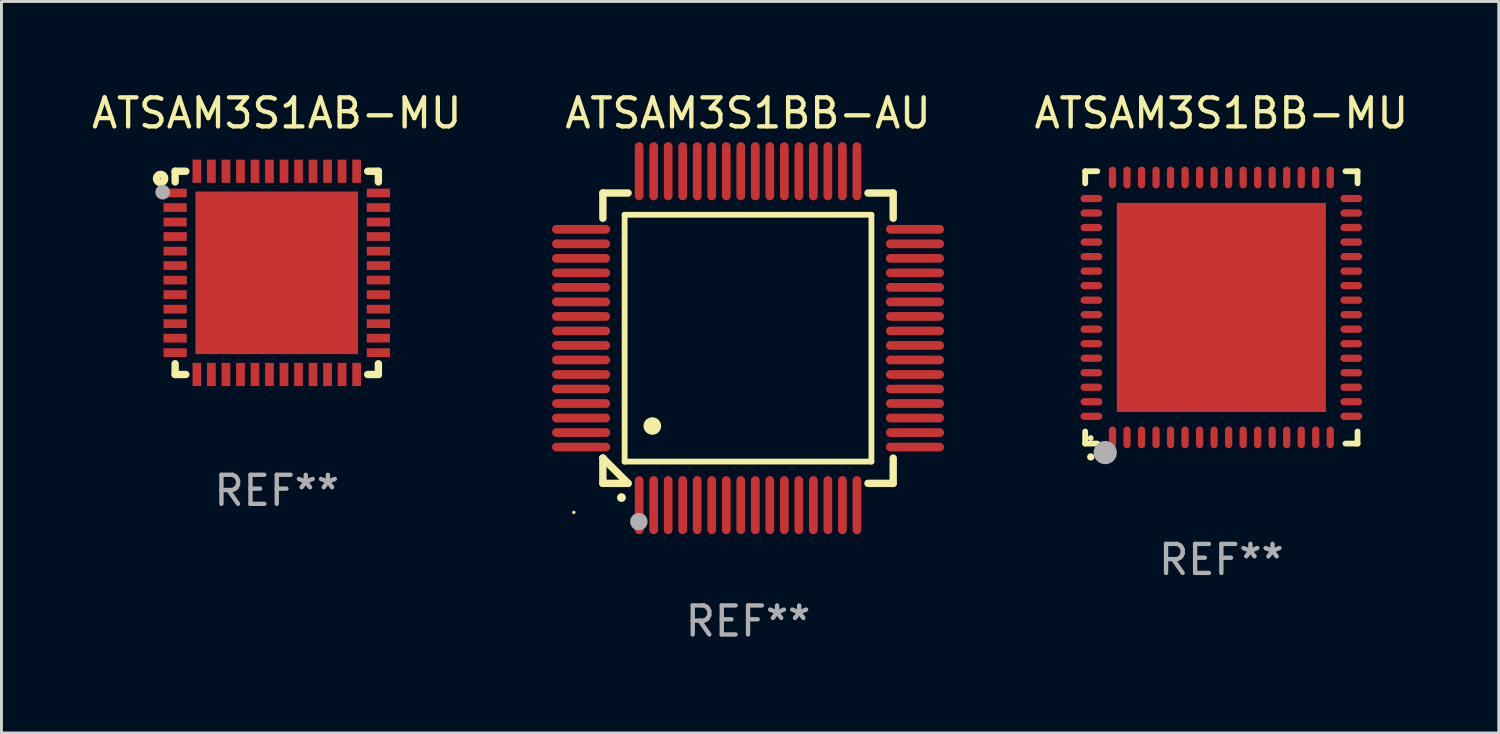
<source format=kicad_pcb>
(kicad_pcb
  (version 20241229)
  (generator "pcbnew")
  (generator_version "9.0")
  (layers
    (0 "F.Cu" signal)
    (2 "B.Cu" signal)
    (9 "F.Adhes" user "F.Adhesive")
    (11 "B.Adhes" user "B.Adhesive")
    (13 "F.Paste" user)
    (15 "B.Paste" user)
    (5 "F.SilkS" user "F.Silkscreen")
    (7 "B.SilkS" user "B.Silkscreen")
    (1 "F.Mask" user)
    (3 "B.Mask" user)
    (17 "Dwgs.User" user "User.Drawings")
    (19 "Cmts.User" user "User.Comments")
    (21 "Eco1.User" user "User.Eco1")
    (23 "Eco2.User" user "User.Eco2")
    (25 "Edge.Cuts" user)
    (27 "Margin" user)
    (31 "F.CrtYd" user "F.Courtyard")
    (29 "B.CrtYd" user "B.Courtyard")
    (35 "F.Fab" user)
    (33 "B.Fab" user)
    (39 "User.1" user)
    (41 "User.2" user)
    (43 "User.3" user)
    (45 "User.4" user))
  (footprint "ATSAM3S1BB-MU"
    (layer "F.Cu")
    (at 39.017 7.538)
    (property "Reference" "ATSAM3S1BB-MU" (at 0 -6.69 0) (layer "F.SilkS") (effects (font (size 1 1) (thickness 0.15))))
    (attr through_hole)
    (fp_line (start -4.69 -4.69) (end -4.275 -4.69) (stroke (width 0.2) (type solid)) (layer "F.SilkS"))
    (fp_line (start -4.69 -4.275) (end -4.69 -4.69) (stroke (width 0.2) (type solid)) (layer "F.SilkS"))
    (fp_line (start -4.69 4.69) (end -4.69 4.275) (stroke (width 0.2) (type solid)) (layer "F.SilkS"))
    (fp_line (start -4.275 4.69) (end -4.69 4.69) (stroke (width 0.2) (type solid)) (layer "F.SilkS"))
    (fp_line (start 4.275 4.69) (end 4.69 4.69) (stroke (width 0.2) (type solid)) (layer "F.SilkS"))
    (fp_line (start 4.69 -4.69) (end 4.275 -4.69) (stroke (width 0.2) (type solid)) (layer "F.SilkS"))
    (fp_line (start 4.69 -4.275) (end 4.69 -4.69) (stroke (width 0.2) (type solid)) (layer "F.SilkS"))
    (fp_line (start 4.69 4.69) (end 4.69 4.275) (stroke (width 0.2) (type solid)) (layer "F.SilkS"))
    (fp_arc (start -4.499886 5.15) (mid -4.498616 5.149994) (end -4.497346 5.15) (stroke (width 0.24892) (type solid)) (layer "F.SilkS"))
    (fp_circle (center -4.5 4.5) (end -4.45 4.5) (stroke (width 0.1) (type solid)) (fill no) (layer "F.SilkS"))
    (fp_circle (center -4 5) (end -3.8 5) (stroke (width 0.4) (type solid)) (fill no) (layer "F.Fab"))
    (fp_text user "REF**" (at 0 8.69 0) (layer "F.Fab") (effects (font (size 1 1) (thickness 0.15))))
    (pad "1" smd oval (at -3.75 4.475) (size 0.25 0.75) (layers "F.Cu" "F.Mask" "F.Paste"))
    (pad "2" smd oval (at -3.25 4.475) (size 0.25 0.75) (layers "F.Cu" "F.Mask" "F.Paste"))
    (pad "3" smd oval (at -2.75 4.475) (size 0.25 0.75) (layers "F.Cu" "F.Mask" "F.Paste"))
    (pad "4" smd oval (at -2.25 4.475) (size 0.25 0.75) (layers "F.Cu" "F.Mask" "F.Paste"))
    (pad "5" smd oval (at -1.75 4.475) (size 0.25 0.75) (layers "F.Cu" "F.Mask" "F.Paste"))
    (pad "6" smd oval (at -1.25 4.475) (size 0.25 0.75) (layers "F.Cu" "F.Mask" "F.Paste"))
    (pad "7" smd oval (at -0.75 4.475) (size 0.25 0.75) (layers "F.Cu" "F.Mask" "F.Paste"))
    (pad "8" smd oval (at -0.25 4.475) (size 0.25 0.75) (layers "F.Cu" "F.Mask" "F.Paste"))
    (pad "9" smd oval (at 0.25 4.475) (size 0.25 0.75) (layers "F.Cu" "F.Mask" "F.Paste"))
    (pad "10" smd oval (at 0.75 4.475) (size 0.25 0.75) (layers "F.Cu" "F.Mask" "F.Paste"))
    (pad "11" smd oval (at 1.25 4.475) (size 0.25 0.75) (layers "F.Cu" "F.Mask" "F.Paste"))
    (pad "12" smd oval (at 1.75 4.475) (size 0.25 0.75) (layers "F.Cu" "F.Mask" "F.Paste"))
    (pad "13" smd oval (at 2.25 4.475) (size 0.25 0.75) (layers "F.Cu" "F.Mask" "F.Paste"))
    (pad "14" smd oval (at 2.75 4.475) (size 0.25 0.75) (layers "F.Cu" "F.Mask" "F.Paste"))
    (pad "15" smd oval (at 3.25 4.475) (size 0.25 0.75) (layers "F.Cu" "F.Mask" "F.Paste"))
    (pad "16" smd oval (at 3.75 4.475) (size 0.25 0.75) (layers "F.Cu" "F.Mask" "F.Paste"))
    (pad "17" smd oval (at 4.475 3.75) (size 0.75 0.25) (layers "F.Cu" "F.Mask" "F.Paste"))
    (pad "18" smd oval (at 4.475 3.25) (size 0.75 0.25) (layers "F.Cu" "F.Mask" "F.Paste"))
    (pad "19" smd oval (at 4.475 2.75) (size 0.75 0.25) (layers "F.Cu" "F.Mask" "F.Paste"))
    (pad "20" smd oval (at 4.475 2.25) (size 0.75 0.25) (layers "F.Cu" "F.Mask" "F.Paste"))
    (pad "21" smd oval (at 4.475 1.75) (size 0.75 0.25) (layers "F.Cu" "F.Mask" "F.Paste"))
    (pad "22" smd oval (at 4.475 1.25) (size 0.75 0.25) (layers "F.Cu" "F.Mask" "F.Paste"))
    (pad "23" smd oval (at 4.475 0.75) (size 0.75 0.25) (layers "F.Cu" "F.Mask" "F.Paste"))
    (pad "24" smd oval (at 4.475 0.25) (size 0.75 0.25) (layers "F.Cu" "F.Mask" "F.Paste"))
    (pad "25" smd oval (at 4.475 -0.25) (size 0.75 0.25) (layers "F.Cu" "F.Mask" "F.Paste"))
    (pad "26" smd oval (at 4.475 -0.75) (size 0.75 0.25) (layers "F.Cu" "F.Mask" "F.Paste"))
    (pad "27" smd oval (at 4.475 -1.25) (size 0.75 0.25) (layers "F.Cu" "F.Mask" "F.Paste"))
    (pad "28" smd oval (at 4.475 -1.75) (size 0.75 0.25) (layers "F.Cu" "F.Mask" "F.Paste"))
    (pad "29" smd oval (at 4.475 -2.25) (size 0.75 0.25) (layers "F.Cu" "F.Mask" "F.Paste"))
    (pad "30" smd oval (at 4.475 -2.75) (size 0.75 0.25) (layers "F.Cu" "F.Mask" "F.Paste"))
    (pad "31" smd oval (at 4.475 -3.25) (size 0.75 0.25) (layers "F.Cu" "F.Mask" "F.Paste"))
    (pad "32" smd oval (at 4.475 -3.75) (size 0.75 0.25) (layers "F.Cu" "F.Mask" "F.Paste"))
    (pad "33" smd oval (at 3.75 -4.475) (size 0.25 0.75) (layers "F.Cu" "F.Mask" "F.Paste"))
    (pad "34" smd oval (at 3.25 -4.475) (size 0.25 0.75) (layers "F.Cu" "F.Mask" "F.Paste"))
    (pad "35" smd oval (at 2.75 -4.475) (size 0.25 0.75) (layers "F.Cu" "F.Mask" "F.Paste"))
    (pad "36" smd oval (at 2.25 -4.475) (size 0.25 0.75) (layers "F.Cu" "F.Mask" "F.Paste"))
    (pad "37" smd oval (at 1.75 -4.475) (size 0.25 0.75) (layers "F.Cu" "F.Mask" "F.Paste"))
    (pad "38" smd oval (at 1.25 -4.475) (size 0.25 0.75) (layers "F.Cu" "F.Mask" "F.Paste"))
    (pad "39" smd oval (at 0.75 -4.475) (size 0.25 0.75) (layers "F.Cu" "F.Mask" "F.Paste"))
    (pad "40" smd oval (at 0.25 -4.475) (size 0.25 0.75) (layers "F.Cu" "F.Mask" "F.Paste"))
    (pad "41" smd oval (at -0.25 -4.475) (size 0.25 0.75) (layers "F.Cu" "F.Mask" "F.Paste"))
    (pad "42" smd oval (at -0.75 -4.475) (size 0.25 0.75) (layers "F.Cu" "F.Mask" "F.Paste"))
    (pad "43" smd oval (at -1.25 -4.475) (size 0.25 0.75) (layers "F.Cu" "F.Mask" "F.Paste"))
    (pad "44" smd oval (at -1.75 -4.475) (size 0.25 0.75) (layers "F.Cu" "F.Mask" "F.Paste"))
    (pad "45" smd oval (at -2.25 -4.475) (size 0.25 0.75) (layers "F.Cu" "F.Mask" "F.Paste"))
    (pad "46" smd oval (at -2.75 -4.475) (size 0.25 0.75) (layers "F.Cu" "F.Mask" "F.Paste"))
    (pad "47" smd oval (at -3.25 -4.475) (size 0.25 0.75) (layers "F.Cu" "F.Mask" "F.Paste"))
    (pad "48" smd oval (at -3.75 -4.475) (size 0.25 0.75) (layers "F.Cu" "F.Mask" "F.Paste"))
    (pad "49" smd oval (at -4.475 -3.75) (size 0.75 0.25) (layers "F.Cu" "F.Mask" "F.Paste"))
    (pad "50" smd oval (at -4.475 -3.25) (size 0.75 0.25) (layers "F.Cu" "F.Mask" "F.Paste"))
    (pad "51" smd oval (at -4.475 -2.75) (size 0.75 0.25) (layers "F.Cu" "F.Mask" "F.Paste"))
    (pad "52" smd oval (at -4.475 -2.25) (size 0.75 0.25) (layers "F.Cu" "F.Mask" "F.Paste"))
    (pad "53" smd oval (at -4.475 -1.75) (size 0.75 0.25) (layers "F.Cu" "F.Mask" "F.Paste"))
    (pad "54" smd oval (at -4.475 -1.25) (size 0.75 0.25) (layers "F.Cu" "F.Mask" "F.Paste"))
    (pad "55" smd oval (at -4.475 -0.75) (size 0.75 0.25) (layers "F.Cu" "F.Mask" "F.Paste"))
    (pad "56" smd oval (at -4.475 -0.25) (size 0.75 0.25) (layers "F.Cu" "F.Mask" "F.Paste"))
    (pad "57" smd oval (at -4.475 0.25) (size 0.75 0.25) (layers "F.Cu" "F.Mask" "F.Paste"))
    (pad "58" smd oval (at -4.475 0.75) (size 0.75 0.25) (layers "F.Cu" "F.Mask" "F.Paste"))
    (pad "59" smd oval (at -4.475 1.25) (size 0.75 0.25) (layers "F.Cu" "F.Mask" "F.Paste"))
    (pad "60" smd oval (at -4.475 1.75) (size 0.75 0.25) (layers "F.Cu" "F.Mask" "F.Paste"))
    (pad "61" smd oval (at -4.475 2.25) (size 0.75 0.25) (layers "F.Cu" "F.Mask" "F.Paste"))
    (pad "62" smd oval (at -4.475 2.75) (size 0.75 0.25) (layers "F.Cu" "F.Mask" "F.Paste"))
    (pad "63" smd oval (at -4.475 3.25) (size 0.75 0.25) (layers "F.Cu" "F.Mask" "F.Paste"))
    (pad "64" smd oval (at -4.475 3.75) (size 0.75 0.25) (layers "F.Cu" "F.Mask" "F.Paste"))
    (pad "65" smd rect (at 0.000368 0.000013) (size 7.2 7.2) (layers "F.Cu" "F.Mask" "F.Paste")))
  (footprint "ATSAM3S1BB-AU"
    (layer "F.Cu")
    (at 22.714 8.598)
    (property "Reference" "ATSAM3S1BB-AU" (at 0 -7.75 0) (layer "F.SilkS") (effects (font (size 1 1) (thickness 0.15))))
    (attr through_hole)
    (fp_line (start -5 -5) (end -4.131 -5) (stroke (width 0.254) (type solid)) (layer "F.SilkS"))
    (fp_line (start -5 -4.131) (end -5 -5) (stroke (width 0.254) (type solid)) (layer "F.SilkS"))
    (fp_line (start -5 4.131) (end -5 4.131) (stroke (width 0.254) (type solid)) (layer "F.SilkS"))
    (fp_line (start -5 5) (end -5 4.131) (stroke (width 0.254) (type solid)) (layer "F.SilkS"))
    (fp_line (start -5 4.131) (end -4.131 5) (stroke (width 0.254) (type solid)) (layer "F.SilkS"))
    (fp_line (start -4.25 -4.25) (end -4.25 4.25) (stroke (width 0.2) (type solid)) (layer "F.SilkS"))
    (fp_line (start -4.25 4.25) (end 4.25 4.25) (stroke (width 0.2) (type solid)) (layer "F.SilkS"))
    (fp_line (start -4.131 5) (end -5 5) (stroke (width 0.254) (type solid)) (layer "F.SilkS"))
    (fp_line (start 4.25 -4.25) (end -4.25 -4.25) (stroke (width 0.2) (type solid)) (layer "F.SilkS"))
    (fp_line (start 4.25 4.25) (end 4.25 -4.25) (stroke (width 0.2) (type solid)) (layer "F.SilkS"))
    (fp_line (start 5 -5) (end 4.131 -5) (stroke (width 0.254) (type solid)) (layer "F.SilkS"))
    (fp_line (start 5 -5) (end 5 -4.131) (stroke (width 0.254) (type solid)) (layer "F.SilkS"))
    (fp_line (start 5 4.131) (end 5 5) (stroke (width 0.254) (type solid)) (layer "F.SilkS"))
    (fp_line (start 5 5) (end 4.131 5) (stroke (width 0.254) (type solid)) (layer "F.SilkS"))
    (fp_arc (start -4.361265 5.489992) (mid -4.359995 5.489987) (end -4.358725 5.489992) (stroke (width 0.3) (type solid)) (layer "F.SilkS"))
    (fp_arc (start -3.299467 3.025146) (mid -3.296927 3.025135) (end -3.294387 3.025146) (stroke (width 0.6) (type solid)) (layer "F.SilkS"))
    (fp_circle (center -6 6) (end -5.97 6) (stroke (width 0.06) (type solid)) (fill no) (layer "F.SilkS"))
    (fp_circle (center -3.76 6.32) (end -3.61 6.32) (stroke (width 0.3) (type solid)) (fill no) (layer "F.Fab"))
    (fp_text user "REF**" (at 0 9.75 0) (layer "F.Fab") (effects (font (size 1 1) (thickness 0.15))))
    (pad "1" smd oval (at -3.75 5.75) (size 0.3 2) (layers "F.Cu" "F.Mask" "F.Paste"))
    (pad "2" smd oval (at -3.25 5.75) (size 0.3 2) (layers "F.Cu" "F.Mask" "F.Paste"))
    (pad "3" smd oval (at -2.75 5.75) (size 0.3 2) (layers "F.Cu" "F.Mask" "F.Paste"))
    (pad "4" smd oval (at -2.25 5.75) (size 0.3 2) (layers "F.Cu" "F.Mask" "F.Paste"))
    (pad "5" smd oval (at -1.75 5.75) (size 0.3 2) (layers "F.Cu" "F.Mask" "F.Paste"))
    (pad "6" smd oval (at -1.25 5.75) (size 0.3 2) (layers "F.Cu" "F.Mask" "F.Paste"))
    (pad "7" smd oval (at -0.75 5.75) (size 0.3 2) (layers "F.Cu" "F.Mask" "F.Paste"))
    (pad "8" smd oval (at -0.25 5.75) (size 0.3 2) (layers "F.Cu" "F.Mask" "F.Paste"))
    (pad "9" smd oval (at 0.25 5.75) (size 0.3 2) (layers "F.Cu" "F.Mask" "F.Paste"))
    (pad "10" smd oval (at 0.75 5.75) (size 0.3 2) (layers "F.Cu" "F.Mask" "F.Paste"))
    (pad "11" smd oval (at 1.25 5.75) (size 0.3 2) (layers "F.Cu" "F.Mask" "F.Paste"))
    (pad "12" smd oval (at 1.75 5.75) (size 0.3 2) (layers "F.Cu" "F.Mask" "F.Paste"))
    (pad "13" smd oval (at 2.25 5.75) (size 0.3 2) (layers "F.Cu" "F.Mask" "F.Paste"))
    (pad "14" smd oval (at 2.75 5.75) (size 0.3 2) (layers "F.Cu" "F.Mask" "F.Paste"))
    (pad "15" smd oval (at 3.25 5.75) (size 0.3 2) (layers "F.Cu" "F.Mask" "F.Paste"))
    (pad "16" smd oval (at 3.75 5.75) (size 0.3 2) (layers "F.Cu" "F.Mask" "F.Paste"))
    (pad "17" smd oval (at 5.75 3.75) (size 2 0.3) (layers "F.Cu" "F.Mask" "F.Paste"))
    (pad "18" smd oval (at 5.75 3.25) (size 2 0.3) (layers "F.Cu" "F.Mask" "F.Paste"))
    (pad "19" smd oval (at 5.75 2.75) (size 2 0.3) (layers "F.Cu" "F.Mask" "F.Paste"))
    (pad "20" smd oval (at 5.75 2.25) (size 2 0.3) (layers "F.Cu" "F.Mask" "F.Paste"))
    (pad "21" smd oval (at 5.75 1.75) (size 2 0.3) (layers "F.Cu" "F.Mask" "F.Paste"))
    (pad "22" smd oval (at 5.75 1.25) (size 2 0.3) (layers "F.Cu" "F.Mask" "F.Paste"))
    (pad "23" smd oval (at 5.75 0.75) (size 2 0.3) (layers "F.Cu" "F.Mask" "F.Paste"))
    (pad "24" smd oval (at 5.75 0.25) (size 2 0.3) (layers "F.Cu" "F.Mask" "F.Paste"))
    (pad "25" smd oval (at 5.75 -0.25) (size 2 0.3) (layers "F.Cu" "F.Mask" "F.Paste"))
    (pad "26" smd oval (at 5.75 -0.75) (size 2 0.3) (layers "F.Cu" "F.Mask" "F.Paste"))
    (pad "27" smd oval (at 5.75 -1.25) (size 2 0.3) (layers "F.Cu" "F.Mask" "F.Paste"))
    (pad "28" smd oval (at 5.75 -1.75) (size 2 0.3) (layers "F.Cu" "F.Mask" "F.Paste"))
    (pad "29" smd oval (at 5.75 -2.25) (size 2 0.3) (layers "F.Cu" "F.Mask" "F.Paste"))
    (pad "30" smd oval (at 5.75 -2.75) (size 2 0.3) (layers "F.Cu" "F.Mask" "F.Paste"))
    (pad "31" smd oval (at 5.75 -3.25) (size 2 0.3) (layers "F.Cu" "F.Mask" "F.Paste"))
    (pad "32" smd oval (at 5.75 -3.75) (size 2 0.3) (layers "F.Cu" "F.Mask" "F.Paste"))
    (pad "33" smd oval (at 3.75 -5.75) (size 0.3 2) (layers "F.Cu" "F.Mask" "F.Paste"))
    (pad "34" smd oval (at 3.25 -5.75) (size 0.3 2) (layers "F.Cu" "F.Mask" "F.Paste"))
    (pad "35" smd oval (at 2.75 -5.75) (size 0.3 2) (layers "F.Cu" "F.Mask" "F.Paste"))
    (pad "36" smd oval (at 2.25 -5.75) (size 0.3 2) (layers "F.Cu" "F.Mask" "F.Paste"))
    (pad "37" smd oval (at 1.75 -5.75) (size 0.3 2) (layers "F.Cu" "F.Mask" "F.Paste"))
    (pad "38" smd oval (at 1.25 -5.75) (size 0.3 2) (layers "F.Cu" "F.Mask" "F.Paste"))
    (pad "39" smd oval (at 0.75 -5.75) (size 0.3 2) (layers "F.Cu" "F.Mask" "F.Paste"))
    (pad "40" smd oval (at 0.25 -5.75) (size 0.3 2) (layers "F.Cu" "F.Mask" "F.Paste"))
    (pad "41" smd oval (at -0.25 -5.75) (size 0.3 2) (layers "F.Cu" "F.Mask" "F.Paste"))
    (pad "42" smd oval (at -0.75 -5.75) (size 0.3 2) (layers "F.Cu" "F.Mask" "F.Paste"))
    (pad "43" smd oval (at -1.25 -5.75) (size 0.3 2) (layers "F.Cu" "F.Mask" "F.Paste"))
    (pad "44" smd oval (at -1.75 -5.75) (size 0.3 2) (layers "F.Cu" "F.Mask" "F.Paste"))
    (pad "45" smd oval (at -2.25 -5.75) (size 0.3 2) (layers "F.Cu" "F.Mask" "F.Paste"))
    (pad "46" smd oval (at -2.75 -5.75) (size 0.3 2) (layers "F.Cu" "F.Mask" "F.Paste"))
    (pad "47" smd oval (at -3.25 -5.75) (size 0.3 2) (layers "F.Cu" "F.Mask" "F.Paste"))
    (pad "48" smd oval (at -3.75 -5.75) (size 0.3 2) (layers "F.Cu" "F.Mask" "F.Paste"))
    (pad "49" smd oval (at -5.75 -3.75) (size 2 0.3) (layers "F.Cu" "F.Mask" "F.Paste"))
    (pad "50" smd oval (at -5.75 -3.25) (size 2 0.3) (layers "F.Cu" "F.Mask" "F.Paste"))
    (pad "51" smd oval (at -5.75 -2.75) (size 2 0.3) (layers "F.Cu" "F.Mask" "F.Paste"))
    (pad "52" smd oval (at -5.75 -2.25) (size 2 0.3) (layers "F.Cu" "F.Mask" "F.Paste"))
    (pad "53" smd oval (at -5.75 -1.75) (size 2 0.3) (layers "F.Cu" "F.Mask" "F.Paste"))
    (pad "54" smd oval (at -5.75 -1.25) (size 2 0.3) (layers "F.Cu" "F.Mask" "F.Paste"))
    (pad "55" smd oval (at -5.75 -0.75) (size 2 0.3) (layers "F.Cu" "F.Mask" "F.Paste"))
    (pad "56" smd oval (at -5.75 -0.25) (size 2 0.3) (layers "F.Cu" "F.Mask" "F.Paste"))
    (pad "57" smd oval (at -5.75 0.25) (size 2 0.3) (layers "F.Cu" "F.Mask" "F.Paste"))
    (pad "58" smd oval (at -5.75 0.75) (size 2 0.3) (layers "F.Cu" "F.Mask" "F.Paste"))
    (pad "59" smd oval (at -5.75 1.25) (size 2 0.3) (layers "F.Cu" "F.Mask" "F.Paste"))
    (pad "60" smd oval (at -5.75 1.75) (size 2 0.3) (layers "F.Cu" "F.Mask" "F.Paste"))
    (pad "61" smd oval (at -5.75 2.25) (size 2 0.3) (layers "F.Cu" "F.Mask" "F.Paste"))
    (pad "62" smd oval (at -5.75 2.75) (size 2 0.3) (layers "F.Cu" "F.Mask" "F.Paste"))
    (pad "63" smd oval (at -5.75 3.25) (size 2 0.3) (layers "F.Cu" "F.Mask" "F.Paste"))
    (pad "64" smd oval (at -5.75 3.75) (size 2 0.3) (layers "F.Cu" "F.Mask" "F.Paste")))
  (footprint "ATSAM3S1AB-MU"
    (layer "F.Cu")
    (at 6.482 6.348)
    (property "Reference" "ATSAM3S1AB-MU" (at 0 -5.5 0) (layer "F.SilkS") (effects (font (size 1 1) (thickness 0.15))))
    (attr through_hole)
    (fp_line (start -3.5 -3.5) (end -3.132 -3.5) (stroke (width 0.254) (type solid)) (layer "F.SilkS"))
    (fp_line (start -3.5 -3.132) (end -3.5 -3.5) (stroke (width 0.254) (type solid)) (layer "F.SilkS"))
    (fp_line (start -3.5 3.5) (end -3.5 3.13) (stroke (width 0.254) (type solid)) (layer "F.SilkS"))
    (fp_line (start -3.132 3.5) (end -3.5 3.5) (stroke (width 0.254) (type solid)) (layer "F.SilkS"))
    (fp_line (start 3.132 -3.5) (end 3.5 -3.5) (stroke (width 0.254) (type solid)) (layer "F.SilkS"))
    (fp_line (start 3.5 -3.5) (end 3.5 -3.132) (stroke (width 0.254) (type solid)) (layer "F.SilkS"))
    (fp_line (start 3.5 3.13) (end 3.5 3.5) (stroke (width 0.254) (type solid)) (layer "F.SilkS"))
    (fp_line (start 3.5 3.5) (end 3.132 3.5) (stroke (width 0.254) (type solid)) (layer "F.SilkS"))
    (fp_circle (center -4 -3.25) (end -3.859 -3.25) (stroke (width 0.254) (type solid)) (fill no) (layer "F.SilkS"))
    (fp_circle (center -3.5 -3.501) (end -3.47 -3.501) (stroke (width 0.06) (type solid)) (fill no) (layer "F.SilkS"))
    (fp_circle (center -3.93 -2.78) (end -3.803 -2.78) (stroke (width 0.254) (type solid)) (fill no) (layer "F.Fab"))
    (fp_text user "REF**" (at 0 7.5 0) (layer "F.Fab") (effects (font (size 1 1) (thickness 0.15))))
    (pad "1" smd rect (at -3.5 -2.751 270) (size 0.3 0.8) (layers "F.Cu" "F.Mask" "F.Paste"))
    (pad "2" smd rect (at -3.5 -2.25 270) (size 0.3 0.8) (layers "F.Cu" "F.Mask" "F.Paste"))
    (pad "3" smd rect (at -3.5 -1.75 270) (size 0.3 0.8) (layers "F.Cu" "F.Mask" "F.Paste"))
    (pad "4" smd rect (at -3.5 -1.251 270) (size 0.3 0.8) (layers "F.Cu" "F.Mask" "F.Paste"))
    (pad "5" smd rect (at -3.5 -0.75 270) (size 0.3 0.8) (layers "F.Cu" "F.Mask" "F.Paste"))
    (pad "6" smd rect (at -3.5 -0.251 270) (size 0.3 0.8) (layers "F.Cu" "F.Mask" "F.Paste"))
    (pad "7" smd rect (at -3.5 0.249 270) (size 0.3 0.8) (layers "F.Cu" "F.Mask" "F.Paste"))
    (pad "8" smd rect (at -3.5 0.749 270) (size 0.3 0.8) (layers "F.Cu" "F.Mask" "F.Paste"))
    (pad "9" smd rect (at -3.5 1.25 270) (size 0.3 0.8) (layers "F.Cu" "F.Mask" "F.Paste"))
    (pad "10" smd rect (at -3.5 1.75 270) (size 0.3 0.8) (layers "F.Cu" "F.Mask" "F.Paste"))
    (pad "11" smd rect (at -3.5 2.249 270) (size 0.3 0.8) (layers "F.Cu" "F.Mask" "F.Paste"))
    (pad "12" smd rect (at -3.5 2.748 270) (size 0.3 0.8) (layers "F.Cu" "F.Mask" "F.Paste"))
    (pad "13" smd rect (at -2.751 3.5 180) (size 0.3 0.8) (layers "F.Cu" "F.Mask" "F.Paste"))
    (pad "14" smd rect (at -2.251 3.5 180) (size 0.3 0.8) (layers "F.Cu" "F.Mask" "F.Paste"))
    (pad "15" smd rect (at -1.75 3.5 180) (size 0.3 0.8) (layers "F.Cu" "F.Mask" "F.Paste"))
    (pad "16" smd rect (at -1.25 3.5 180) (size 0.3 0.8) (layers "F.Cu" "F.Mask" "F.Paste"))
    (pad "17" smd rect (at -0.749 3.5 180) (size 0.3 0.8) (layers "F.Cu" "F.Mask" "F.Paste"))
    (pad "18" smd rect (at -0.25 3.5 180) (size 0.3 0.8) (layers "F.Cu" "F.Mask" "F.Paste"))
    (pad "19" smd rect (at 0.249 3.5 180) (size 0.3 0.8) (layers "F.Cu" "F.Mask" "F.Paste"))
    (pad "20" smd rect (at 0.749 3.5 180) (size 0.3 0.8) (layers "F.Cu" "F.Mask" "F.Paste"))
    (pad "21" smd rect (at 1.25 3.5 180) (size 0.3 0.8) (layers "F.Cu" "F.Mask" "F.Paste"))
    (pad "22" smd rect (at 1.75 3.5 180) (size 0.3 0.8) (layers "F.Cu" "F.Mask" "F.Paste"))
    (pad "23" smd rect (at 2.251 3.5 180) (size 0.3 0.8) (layers "F.Cu" "F.Mask" "F.Paste"))
    (pad "24" smd rect (at 2.751 3.5 180) (size 0.3 0.8) (layers "F.Cu" "F.Mask" "F.Paste"))
    (pad "25" smd rect (at 3.5 2.748 270) (size 0.3 0.8) (layers "F.Cu" "F.Mask" "F.Paste"))
    (pad "26" smd rect (at 3.5 2.249 270) (size 0.3 0.8) (layers "F.Cu" "F.Mask" "F.Paste"))
    (pad "27" smd rect (at 3.5 1.75 270) (size 0.3 0.8) (layers "F.Cu" "F.Mask" "F.Paste"))
    (pad "28" smd rect (at 3.5 1.25 270) (size 0.3 0.8) (layers "F.Cu" "F.Mask" "F.Paste"))
    (pad "29" smd rect (at 3.5 0.749 270) (size 0.3 0.8) (layers "F.Cu" "F.Mask" "F.Paste"))
    (pad "30" smd rect (at 3.5 0.249 270) (size 0.3 0.8) (layers "F.Cu" "F.Mask" "F.Paste"))
    (pad "31" smd rect (at 3.5 -0.251 270) (size 0.3 0.8) (layers "F.Cu" "F.Mask" "F.Paste"))
    (pad "32" smd rect (at 3.5 -0.75 270) (size 0.3 0.8) (layers "F.Cu" "F.Mask" "F.Paste"))
    (pad "33" smd rect (at 3.5 -1.251 270) (size 0.3 0.8) (layers "F.Cu" "F.Mask" "F.Paste"))
    (pad "34" smd rect (at 3.5 -1.75 270) (size 0.3 0.8) (layers "F.Cu" "F.Mask" "F.Paste"))
    (pad "35" smd rect (at 3.5 -2.25 270) (size 0.3 0.8) (layers "F.Cu" "F.Mask" "F.Paste"))
    (pad "36" smd rect (at 3.5 -2.751 270) (size 0.3 0.8) (layers "F.Cu" "F.Mask" "F.Paste"))
    (pad "37" smd rect (at 2.751 -3.5 180) (size 0.3 0.8) (layers "F.Cu" "F.Mask" "F.Paste"))
    (pad "38" smd rect (at 2.251 -3.5 180) (size 0.3 0.8) (layers "F.Cu" "F.Mask" "F.Paste"))
    (pad "39" smd rect (at 1.75 -3.5 180) (size 0.3 0.8) (layers "F.Cu" "F.Mask" "F.Paste"))
    (pad "40" smd rect (at 1.25 -3.5 180) (size 0.3 0.8) (layers "F.Cu" "F.Mask" "F.Paste"))
    (pad "41" smd rect (at 0.749 -3.5 180) (size 0.3 0.8) (layers "F.Cu" "F.Mask" "F.Paste"))
    (pad "42" smd rect (at 0.25 -3.5 180) (size 0.3 0.8) (layers "F.Cu" "F.Mask" "F.Paste"))
    (pad "43" smd rect (at -0.25 -3.5 180) (size 0.3 0.8) (layers "F.Cu" "F.Mask" "F.Paste"))
    (pad "44" smd rect (at -0.749 -3.5 180) (size 0.3 0.8) (layers "F.Cu" "F.Mask" "F.Paste"))
    (pad "45" smd rect (at -1.25 -3.5 180) (size 0.3 0.8) (layers "F.Cu" "F.Mask" "F.Paste"))
    (pad "46" smd rect (at -1.75 -3.5 180) (size 0.3 0.8) (layers "F.Cu" "F.Mask" "F.Paste"))
    (pad "47" smd rect (at -2.251 -3.5 180) (size 0.3 0.8) (layers "F.Cu" "F.Mask" "F.Paste"))
    (pad "48" smd rect (at -2.751 -3.5 180) (size 0.3 0.8) (layers "F.Cu" "F.Mask" "F.Paste"))
    (pad "49" smd rect (at 0.000127 -0.001 180) (size 5.6 5.6) (layers "F.Cu" "F.Mask" "F.Paste")))
  (gr_rect
    (start -3 -3)
    (end 48.571 22.196)
    (stroke (width 0.1) (type default))
    (fill no)
    (layer "Edge.Cuts")))
</source>
